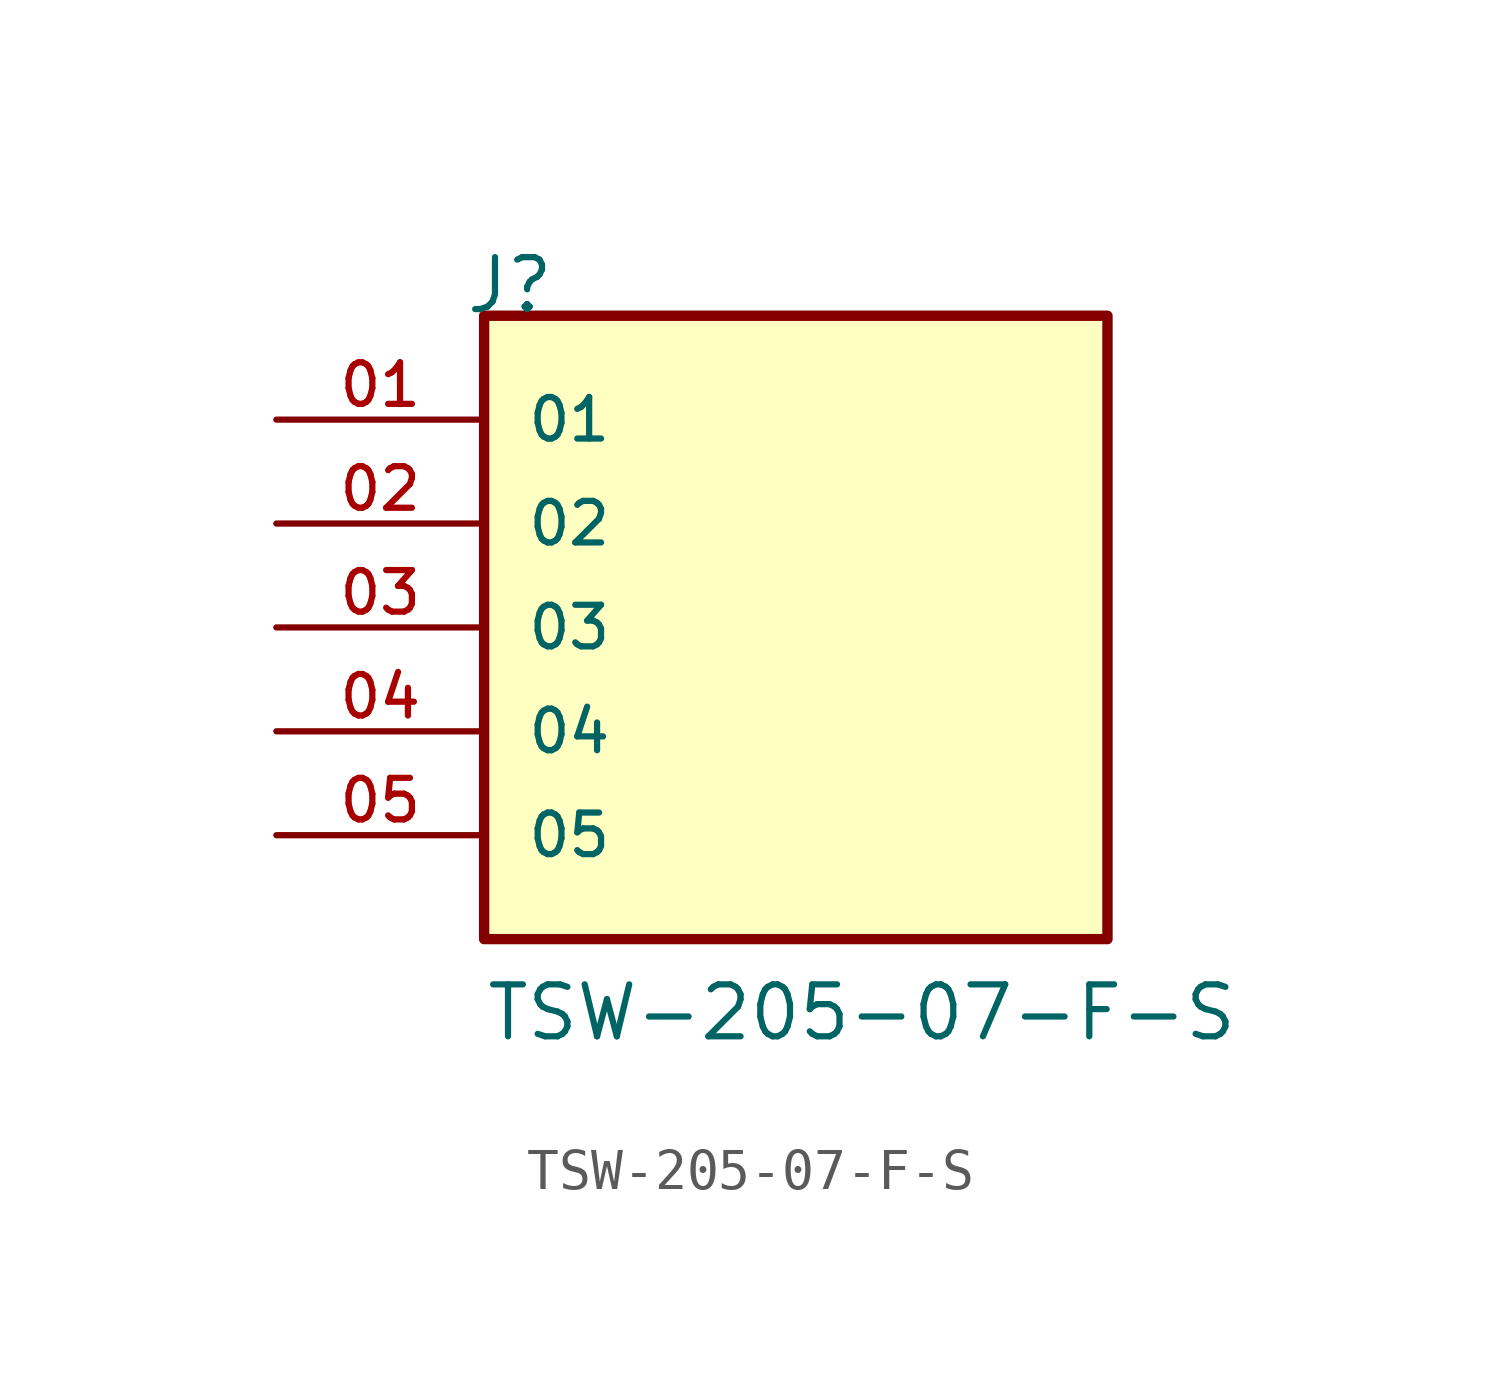
<source format=kicad_sym>
(kicad_symbol_lib
  (version 20211014)
  (generator kicad_symbol_editor)
  (symbol "TSW-205-07-F-S"
    (pin_names
      (offset 1.016))
    (property "Reference" "J"
      (at -8.12 7.62 0)
      (effects (font (size 1.27 1.27)) (justify bottom left)))
    (property "Value" "TSW-205-07-F-S"
      (at -7.62 -10.16 0)
      (effects (font (size 1.27 1.27)) (justify bottom left)))
    (symbol "TSW-205-07-F-S_0_0"
      (rectangle (start -7.62 -7.62) (end 7.62 7.62) (stroke (width 0.254)) (fill (type background)))
      (pin passive line (at -12.7 5.08 0) (length 5.08) (name "01" (effects (font (size 1.016 1.016)))) (number "01" (effects (font (size 1.016 1.016)))))
      (pin passive line (at -12.7 2.54 0) (length 5.08) (name "02" (effects (font (size 1.016 1.016)))) (number "02" (effects (font (size 1.016 1.016)))))
      (pin passive line (at -12.7 0.0 0) (length 5.08) (name "03" (effects (font (size 1.016 1.016)))) (number "03" (effects (font (size 1.016 1.016)))))
      (pin passive line (at -12.7 -2.54 0) (length 5.08) (name "04" (effects (font (size 1.016 1.016)))) (number "04" (effects (font (size 1.016 1.016)))))
      (pin passive line (at -12.7 -5.08 0) (length 5.08) (name "05" (effects (font (size 1.016 1.016)))) (number "05" (effects (font (size 1.016 1.016))))))))
</source>
